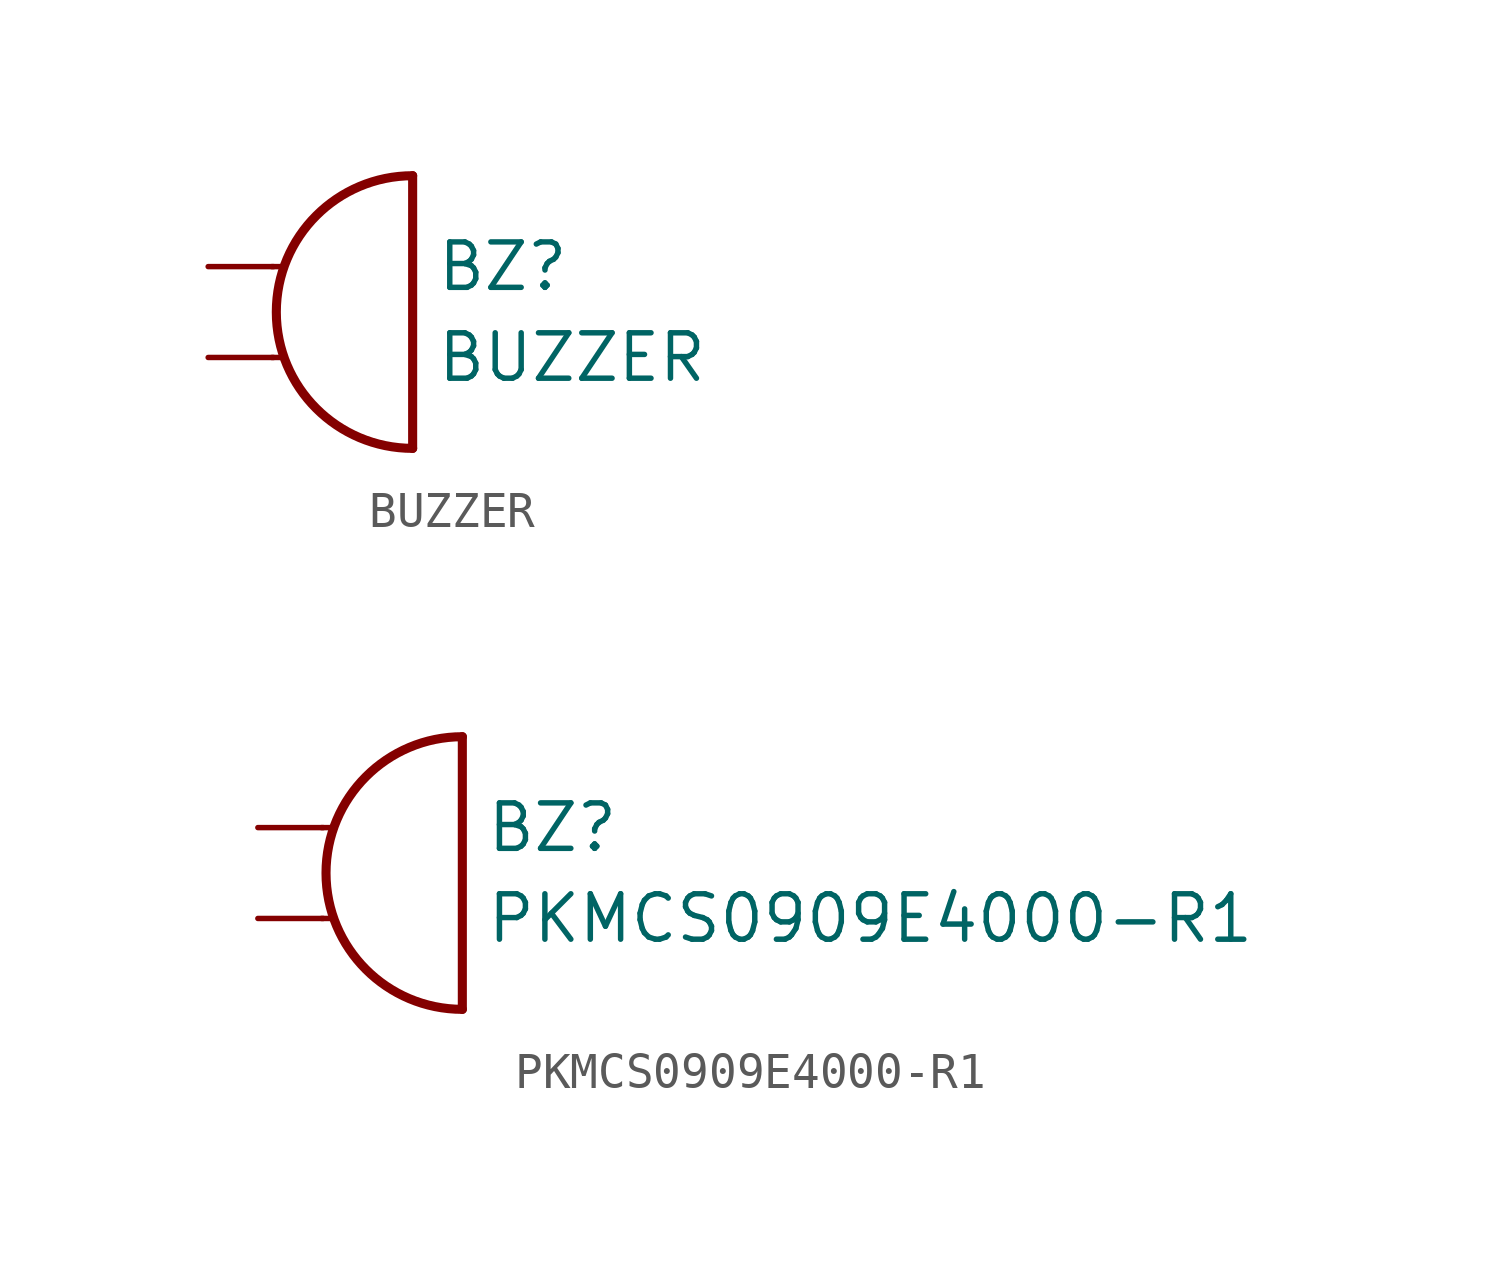
<source format=kicad_sym>
(kicad_symbol_lib
  (version 20201005)
  (generator kicad_symbol_editor)
  (symbol "BUZZER"
    (pin_numbers hide)
    (pin_names
      (offset 0.254) hide)
    (property "Reference" "BZ"
      (at 2.54 1.27 0)
      (effects (font (size 1.27 1.27)) (justify left)))
    (property "Value" "BUZZER"
      (at 2.54 -1.27 0)
      (effects (font (size 1.27 1.27)) (justify left)))
    (property "Footprint" ""
      (at -0.635 0 0)
      (effects (font (size 1.524 1.524))))
    (property "Datasheet" ""
      (at -0.635 0 0)
      (effects (font (size 1.524 1.524))))
    (symbol "BUZZER_0_1"
      (arc (start 1.905 3.81) (end 1.905 -3.81) (radius (at 1.905 0) (length 3.81) (angles 90.1 -90.1)) (stroke (width 0.254)) (fill (type none)))
      (polyline (pts (xy -2.032 -1.27) (xy -1.778 -1.27)) (stroke (width 0)) (fill (type none)))
      (polyline (pts (xy -2.032 1.27) (xy -1.778 1.27)) (stroke (width 0)) (fill (type none)))
      (polyline (pts (xy 1.905 3.81) (xy 1.905 -3.81)) (stroke (width 0.254)) (fill (type none))))
    (symbol "BUZZER_1_1"
      (pin passive line (at -3.81 1.27 0) (length 1.829) (name "~" (effects (font (size 1.016 1.016)))) (number "1" (effects (font (size 1.016 1.016)))))
      (pin passive line (at -3.81 -1.27 0) (length 1.829) (name "~" (effects (font (size 1.016 1.016)))) (number "2" (effects (font (size 1.016 1.016)))))))
  (symbol "PKMCS0909E4000-R1"
    (pin_numbers hide)
    (pin_names
      (offset 0.254) hide)
    (property "Reference" "BZ"
      (at 2.54 1.27 0)
      (effects (font (size 1.27 1.27)) (justify left)))
    (property "Value" "PKMCS0909E4000-R1"
      (at 2.54 -1.27 0)
      (effects (font (size 1.27 1.27)) (justify left)))
    (symbol "PKMCS0909E4000-R1_0_1"
      (arc (start 1.905 3.81) (end 1.905 -3.81) (radius (at 1.905 0) (length 3.81) (angles 90.1 -90.1)) (stroke (width 0.254)) (fill (type none)))
      (polyline (pts (xy -2.032 -1.27) (xy -1.778 -1.27)) (stroke (width 0)) (fill (type none)))
      (polyline (pts (xy -2.032 1.27) (xy -1.778 1.27)) (stroke (width 0)) (fill (type none)))
      (polyline (pts (xy 1.905 3.81) (xy 1.905 -3.81)) (stroke (width 0.254)) (fill (type none))))
    (symbol "PKMCS0909E4000-R1_1_1"
      (pin passive line (at -3.81 1.27 0) (length 1.829) (name "~" (effects (font (size 1.016 1.016)))) (number "1" (effects (font (size 1.016 1.016)))))
      (pin passive line (at -3.81 -1.27 0) (length 1.829) (name "~" (effects (font (size 1.016 1.016)))) (number "2" (effects (font (size 1.016 1.016))))))))
</source>
